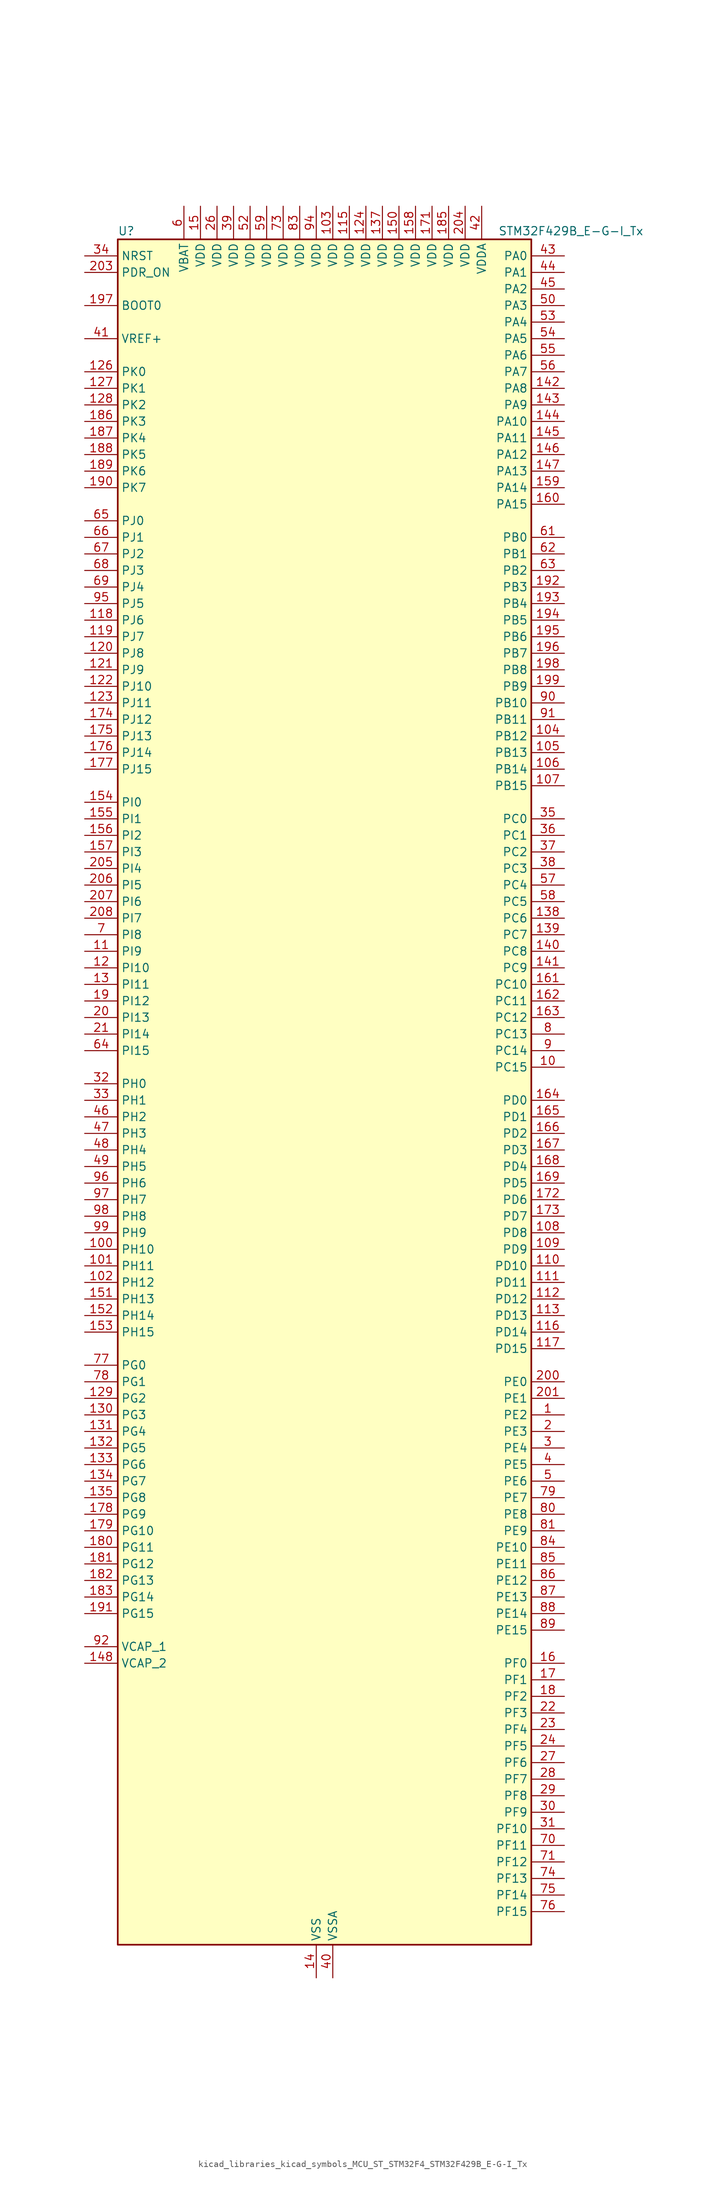
<source format=kicad_sym>
(kicad_symbol_lib
  (version 20220914)
  (generator kicad_symbol_editor)
  (symbol "kicad_libraries_kicad_symbols_MCU_ST_STM32F4_STM32F429B_E-G-I_Tx"
    (property "Reference" "U"
      (at -30.48 133.35 0)
      (effects (font (size 1.27 1.27)) (justify left)))
    (property "Value" "STM32F429B_E-G-I_Tx"
      (at 27.94 133.35 0)
      (effects (font (size 1.27 1.27)) (justify left)))
    (property "ki_locked" ""
      (at 0 0 0)
      (effects (font (size 1.27 1.27))))
    (symbol "kicad_libraries_kicad_symbols_MCU_ST_STM32F4_STM32F429B_E-G-I_Tx_0_1"
      (rectangle (start -30.48 -129.54) (end 33.02 132.08) (stroke (width 0.254) (type default)) (fill (type background))))
    (symbol "kicad_libraries_kicad_symbols_MCU_ST_STM32F4_STM32F429B_E-G-I_Tx_1_1"
      (pin bidirectional line (at 38.1 -48.26 180) (length 5.08) (name "PE2" (effects (font (size 1.27 1.27)))) (number "1" (effects (font (size 1.27 1.27)))) (alternate "ETH_TXD3" bidirectional line) (alternate "FMC_A23" bidirectional line) (alternate "SAI1_MCLK_A" bidirectional line) (alternate "SPI4_SCK" bidirectional line) (alternate "SYS_TRACECLK" bidirectional line))
      (pin bidirectional line (at 38.1 5.08 180) (length 5.08) (name "PC15" (effects (font (size 1.27 1.27)))) (number "10" (effects (font (size 1.27 1.27)))) (alternate "ADC1_EXTI15" bidirectional line) (alternate "ADC2_EXTI15" bidirectional line) (alternate "ADC3_EXTI15" bidirectional line) (alternate "RCC_OSC32_OUT" bidirectional line))
      (pin bidirectional line (at -35.56 -22.86 0) (length 5.08) (name "PH10" (effects (font (size 1.27 1.27)))) (number "100" (effects (font (size 1.27 1.27)))) (alternate "DCMI_D1" bidirectional line) (alternate "FMC_D18" bidirectional line) (alternate "LTDC_R4" bidirectional line) (alternate "TIM5_CH1" bidirectional line))
      (pin bidirectional line (at -35.56 -25.4 0) (length 5.08) (name "PH11" (effects (font (size 1.27 1.27)))) (number "101" (effects (font (size 1.27 1.27)))) (alternate "ADC1_EXTI11" bidirectional line) (alternate "ADC2_EXTI11" bidirectional line) (alternate "ADC3_EXTI11" bidirectional line) (alternate "DCMI_D2" bidirectional line) (alternate "FMC_D19" bidirectional line) (alternate "LTDC_R5" bidirectional line) (alternate "TIM5_CH2" bidirectional line))
      (pin bidirectional line (at -35.56 -27.94 0) (length 5.08) (name "PH12" (effects (font (size 1.27 1.27)))) (number "102" (effects (font (size 1.27 1.27)))) (alternate "DCMI_D3" bidirectional line) (alternate "FMC_D20" bidirectional line) (alternate "LTDC_R6" bidirectional line) (alternate "TIM5_CH3" bidirectional line))
      (pin power_in line (at 2.54 137.16 270) (length 5.08) (name "VDD" (effects (font (size 1.27 1.27)))) (number "103" (effects (font (size 1.27 1.27)))))
      (pin bidirectional line (at 38.1 55.88 180) (length 5.08) (name "PB12" (effects (font (size 1.27 1.27)))) (number "104" (effects (font (size 1.27 1.27)))) (alternate "CAN2_RX" bidirectional line) (alternate "ETH_TXD0" bidirectional line) (alternate "I2C2_SMBA" bidirectional line) (alternate "I2S2_WS" bidirectional line) (alternate "SPI2_NSS" bidirectional line) (alternate "TIM1_BKIN" bidirectional line) (alternate "USART3_CK" bidirectional line) (alternate "USB_OTG_HS_ID" bidirectional line) (alternate "USB_OTG_HS_ULPI_D5" bidirectional line))
      (pin bidirectional line (at 38.1 53.34 180) (length 5.08) (name "PB13" (effects (font (size 1.27 1.27)))) (number "105" (effects (font (size 1.27 1.27)))) (alternate "CAN2_TX" bidirectional line) (alternate "ETH_TXD1" bidirectional line) (alternate "I2S2_CK" bidirectional line) (alternate "SPI2_SCK" bidirectional line) (alternate "TIM1_CH1N" bidirectional line) (alternate "USART3_CTS" bidirectional line) (alternate "USB_OTG_HS_ULPI_D6" bidirectional line) (alternate "USB_OTG_HS_VBUS" bidirectional line))
      (pin bidirectional line (at 38.1 50.8 180) (length 5.08) (name "PB14" (effects (font (size 1.27 1.27)))) (number "106" (effects (font (size 1.27 1.27)))) (alternate "I2S2_ext_SD" bidirectional line) (alternate "SPI2_MISO" bidirectional line) (alternate "TIM12_CH1" bidirectional line) (alternate "TIM1_CH2N" bidirectional line) (alternate "TIM8_CH2N" bidirectional line) (alternate "USART3_RTS" bidirectional line) (alternate "USB_OTG_HS_DM" bidirectional line))
      (pin bidirectional line (at 38.1 48.26 180) (length 5.08) (name "PB15" (effects (font (size 1.27 1.27)))) (number "107" (effects (font (size 1.27 1.27)))) (alternate "ADC1_EXTI15" bidirectional line) (alternate "ADC2_EXTI15" bidirectional line) (alternate "ADC3_EXTI15" bidirectional line) (alternate "I2S2_SD" bidirectional line) (alternate "RTC_REFIN" bidirectional line) (alternate "SPI2_MOSI" bidirectional line) (alternate "TIM12_CH2" bidirectional line) (alternate "TIM1_CH3N" bidirectional line) (alternate "TIM8_CH3N" bidirectional line) (alternate "USB_OTG_HS_DP" bidirectional line))
      (pin bidirectional line (at 38.1 -20.32 180) (length 5.08) (name "PD8" (effects (font (size 1.27 1.27)))) (number "108" (effects (font (size 1.27 1.27)))) (alternate "FMC_D13" bidirectional line) (alternate "FMC_DA13" bidirectional line) (alternate "USART3_TX" bidirectional line))
      (pin bidirectional line (at 38.1 -22.86 180) (length 5.08) (name "PD9" (effects (font (size 1.27 1.27)))) (number "109" (effects (font (size 1.27 1.27)))) (alternate "DAC_EXTI9" bidirectional line) (alternate "FMC_D14" bidirectional line) (alternate "FMC_DA14" bidirectional line) (alternate "USART3_RX" bidirectional line))
      (pin bidirectional line (at -35.56 22.86 0) (length 5.08) (name "PI9" (effects (font (size 1.27 1.27)))) (number "11" (effects (font (size 1.27 1.27)))) (alternate "CAN1_RX" bidirectional line) (alternate "DAC_EXTI9" bidirectional line) (alternate "FMC_D30" bidirectional line) (alternate "LTDC_VSYNC" bidirectional line))
      (pin bidirectional line (at 38.1 -25.4 180) (length 5.08) (name "PD10" (effects (font (size 1.27 1.27)))) (number "110" (effects (font (size 1.27 1.27)))) (alternate "FMC_D15" bidirectional line) (alternate "FMC_DA15" bidirectional line) (alternate "LTDC_B3" bidirectional line) (alternate "USART3_CK" bidirectional line))
      (pin bidirectional line (at 38.1 -27.94 180) (length 5.08) (name "PD11" (effects (font (size 1.27 1.27)))) (number "111" (effects (font (size 1.27 1.27)))) (alternate "ADC1_EXTI11" bidirectional line) (alternate "ADC2_EXTI11" bidirectional line) (alternate "ADC3_EXTI11" bidirectional line) (alternate "FMC_A16" bidirectional line) (alternate "FMC_CLE" bidirectional line) (alternate "USART3_CTS" bidirectional line))
      (pin bidirectional line (at 38.1 -30.48 180) (length 5.08) (name "PD12" (effects (font (size 1.27 1.27)))) (number "112" (effects (font (size 1.27 1.27)))) (alternate "FMC_A17" bidirectional line) (alternate "FMC_ALE" bidirectional line) (alternate "TIM4_CH1" bidirectional line) (alternate "USART3_RTS" bidirectional line))
      (pin bidirectional line (at 38.1 -33.02 180) (length 5.08) (name "PD13" (effects (font (size 1.27 1.27)))) (number "113" (effects (font (size 1.27 1.27)))) (alternate "FMC_A18" bidirectional line) (alternate "TIM4_CH2" bidirectional line))
      (pin passive line (at 0 -134.62 90) (length 5.08) hide (name "VSS" (effects (font (size 1.27 1.27)))) (number "114" (effects (font (size 1.27 1.27)))))
      (pin power_in line (at 5.08 137.16 270) (length 5.08) (name "VDD" (effects (font (size 1.27 1.27)))) (number "115" (effects (font (size 1.27 1.27)))))
      (pin bidirectional line (at 38.1 -35.56 180) (length 5.08) (name "PD14" (effects (font (size 1.27 1.27)))) (number "116" (effects (font (size 1.27 1.27)))) (alternate "FMC_D0" bidirectional line) (alternate "FMC_DA0" bidirectional line) (alternate "TIM4_CH3" bidirectional line))
      (pin bidirectional line (at 38.1 -38.1 180) (length 5.08) (name "PD15" (effects (font (size 1.27 1.27)))) (number "117" (effects (font (size 1.27 1.27)))) (alternate "ADC1_EXTI15" bidirectional line) (alternate "ADC2_EXTI15" bidirectional line) (alternate "ADC3_EXTI15" bidirectional line) (alternate "FMC_D1" bidirectional line) (alternate "FMC_DA1" bidirectional line) (alternate "TIM4_CH4" bidirectional line))
      (pin bidirectional line (at -35.56 73.66 0) (length 5.08) (name "PJ6" (effects (font (size 1.27 1.27)))) (number "118" (effects (font (size 1.27 1.27)))) (alternate "LTDC_R7" bidirectional line))
      (pin bidirectional line (at -35.56 71.12 0) (length 5.08) (name "PJ7" (effects (font (size 1.27 1.27)))) (number "119" (effects (font (size 1.27 1.27)))) (alternate "LTDC_G0" bidirectional line))
      (pin bidirectional line (at -35.56 20.32 0) (length 5.08) (name "PI10" (effects (font (size 1.27 1.27)))) (number "12" (effects (font (size 1.27 1.27)))) (alternate "ETH_RX_ER" bidirectional line) (alternate "FMC_D31" bidirectional line) (alternate "LTDC_HSYNC" bidirectional line))
      (pin bidirectional line (at -35.56 68.58 0) (length 5.08) (name "PJ8" (effects (font (size 1.27 1.27)))) (number "120" (effects (font (size 1.27 1.27)))) (alternate "LTDC_G1" bidirectional line))
      (pin bidirectional line (at -35.56 66.04 0) (length 5.08) (name "PJ9" (effects (font (size 1.27 1.27)))) (number "121" (effects (font (size 1.27 1.27)))) (alternate "DAC_EXTI9" bidirectional line) (alternate "LTDC_G2" bidirectional line))
      (pin bidirectional line (at -35.56 63.5 0) (length 5.08) (name "PJ10" (effects (font (size 1.27 1.27)))) (number "122" (effects (font (size 1.27 1.27)))) (alternate "LTDC_G3" bidirectional line))
      (pin bidirectional line (at -35.56 60.96 0) (length 5.08) (name "PJ11" (effects (font (size 1.27 1.27)))) (number "123" (effects (font (size 1.27 1.27)))) (alternate "ADC1_EXTI11" bidirectional line) (alternate "ADC2_EXTI11" bidirectional line) (alternate "ADC3_EXTI11" bidirectional line) (alternate "LTDC_G4" bidirectional line))
      (pin power_in line (at 7.62 137.16 270) (length 5.08) (name "VDD" (effects (font (size 1.27 1.27)))) (number "124" (effects (font (size 1.27 1.27)))))
      (pin passive line (at 0 -134.62 90) (length 5.08) hide (name "VSS" (effects (font (size 1.27 1.27)))) (number "125" (effects (font (size 1.27 1.27)))))
      (pin bidirectional line (at -35.56 111.76 0) (length 5.08) (name "PK0" (effects (font (size 1.27 1.27)))) (number "126" (effects (font (size 1.27 1.27)))) (alternate "LTDC_G5" bidirectional line))
      (pin bidirectional line (at -35.56 109.22 0) (length 5.08) (name "PK1" (effects (font (size 1.27 1.27)))) (number "127" (effects (font (size 1.27 1.27)))) (alternate "LTDC_G6" bidirectional line))
      (pin bidirectional line (at -35.56 106.68 0) (length 5.08) (name "PK2" (effects (font (size 1.27 1.27)))) (number "128" (effects (font (size 1.27 1.27)))) (alternate "LTDC_G7" bidirectional line))
      (pin bidirectional line (at -35.56 -45.72 0) (length 5.08) (name "PG2" (effects (font (size 1.27 1.27)))) (number "129" (effects (font (size 1.27 1.27)))) (alternate "FMC_A12" bidirectional line))
      (pin bidirectional line (at -35.56 17.78 0) (length 5.08) (name "PI11" (effects (font (size 1.27 1.27)))) (number "13" (effects (font (size 1.27 1.27)))) (alternate "ADC1_EXTI11" bidirectional line) (alternate "ADC2_EXTI11" bidirectional line) (alternate "ADC3_EXTI11" bidirectional line) (alternate "USB_OTG_HS_ULPI_DIR" bidirectional line))
      (pin bidirectional line (at -35.56 -48.26 0) (length 5.08) (name "PG3" (effects (font (size 1.27 1.27)))) (number "130" (effects (font (size 1.27 1.27)))) (alternate "FMC_A13" bidirectional line))
      (pin bidirectional line (at -35.56 -50.8 0) (length 5.08) (name "PG4" (effects (font (size 1.27 1.27)))) (number "131" (effects (font (size 1.27 1.27)))) (alternate "FMC_A14" bidirectional line) (alternate "FMC_BA0" bidirectional line))
      (pin bidirectional line (at -35.56 -53.34 0) (length 5.08) (name "PG5" (effects (font (size 1.27 1.27)))) (number "132" (effects (font (size 1.27 1.27)))) (alternate "FMC_A15" bidirectional line) (alternate "FMC_BA1" bidirectional line))
      (pin bidirectional line (at -35.56 -55.88 0) (length 5.08) (name "PG6" (effects (font (size 1.27 1.27)))) (number "133" (effects (font (size 1.27 1.27)))) (alternate "DCMI_D12" bidirectional line) (alternate "FMC_INT2" bidirectional line) (alternate "LTDC_R7" bidirectional line))
      (pin bidirectional line (at -35.56 -58.42 0) (length 5.08) (name "PG7" (effects (font (size 1.27 1.27)))) (number "134" (effects (font (size 1.27 1.27)))) (alternate "DCMI_D13" bidirectional line) (alternate "FMC_INT3" bidirectional line) (alternate "LTDC_CLK" bidirectional line) (alternate "USART6_CK" bidirectional line))
      (pin bidirectional line (at -35.56 -60.96 0) (length 5.08) (name "PG8" (effects (font (size 1.27 1.27)))) (number "135" (effects (font (size 1.27 1.27)))) (alternate "ETH_PPS_OUT" bidirectional line) (alternate "FMC_SDCLK" bidirectional line) (alternate "SPI6_NSS" bidirectional line) (alternate "USART6_RTS" bidirectional line))
      (pin passive line (at 0 -134.62 90) (length 5.08) hide (name "VSS" (effects (font (size 1.27 1.27)))) (number "136" (effects (font (size 1.27 1.27)))))
      (pin power_in line (at 10.16 137.16 270) (length 5.08) (name "VDD" (effects (font (size 1.27 1.27)))) (number "137" (effects (font (size 1.27 1.27)))))
      (pin bidirectional line (at 38.1 27.94 180) (length 5.08) (name "PC6" (effects (font (size 1.27 1.27)))) (number "138" (effects (font (size 1.27 1.27)))) (alternate "DCMI_D0" bidirectional line) (alternate "I2S2_MCK" bidirectional line) (alternate "LTDC_HSYNC" bidirectional line) (alternate "SDIO_D6" bidirectional line) (alternate "TIM3_CH1" bidirectional line) (alternate "TIM8_CH1" bidirectional line) (alternate "USART6_TX" bidirectional line))
      (pin bidirectional line (at 38.1 25.4 180) (length 5.08) (name "PC7" (effects (font (size 1.27 1.27)))) (number "139" (effects (font (size 1.27 1.27)))) (alternate "DCMI_D1" bidirectional line) (alternate "I2S3_MCK" bidirectional line) (alternate "LTDC_G6" bidirectional line) (alternate "SDIO_D7" bidirectional line) (alternate "TIM3_CH2" bidirectional line) (alternate "TIM8_CH2" bidirectional line) (alternate "USART6_RX" bidirectional line))
      (pin power_in line (at 0 -134.62 90) (length 5.08) (name "VSS" (effects (font (size 1.27 1.27)))) (number "14" (effects (font (size 1.27 1.27)))))
      (pin bidirectional line (at 38.1 22.86 180) (length 5.08) (name "PC8" (effects (font (size 1.27 1.27)))) (number "140" (effects (font (size 1.27 1.27)))) (alternate "DCMI_D2" bidirectional line) (alternate "SDIO_D0" bidirectional line) (alternate "TIM3_CH3" bidirectional line) (alternate "TIM8_CH3" bidirectional line) (alternate "USART6_CK" bidirectional line))
      (pin bidirectional line (at 38.1 20.32 180) (length 5.08) (name "PC9" (effects (font (size 1.27 1.27)))) (number "141" (effects (font (size 1.27 1.27)))) (alternate "DAC_EXTI9" bidirectional line) (alternate "DCMI_D3" bidirectional line) (alternate "I2C3_SDA" bidirectional line) (alternate "I2S_CKIN" bidirectional line) (alternate "RCC_MCO_2" bidirectional line) (alternate "SDIO_D1" bidirectional line) (alternate "TIM3_CH4" bidirectional line) (alternate "TIM8_CH4" bidirectional line))
      (pin bidirectional line (at 38.1 109.22 180) (length 5.08) (name "PA8" (effects (font (size 1.27 1.27)))) (number "142" (effects (font (size 1.27 1.27)))) (alternate "I2C3_SCL" bidirectional line) (alternate "LTDC_R6" bidirectional line) (alternate "RCC_MCO_1" bidirectional line) (alternate "TIM1_CH1" bidirectional line) (alternate "USART1_CK" bidirectional line) (alternate "USB_OTG_FS_SOF" bidirectional line))
      (pin bidirectional line (at 38.1 106.68 180) (length 5.08) (name "PA9" (effects (font (size 1.27 1.27)))) (number "143" (effects (font (size 1.27 1.27)))) (alternate "DAC_EXTI9" bidirectional line) (alternate "DCMI_D0" bidirectional line) (alternate "I2C3_SMBA" bidirectional line) (alternate "TIM1_CH2" bidirectional line) (alternate "USART1_TX" bidirectional line) (alternate "USB_OTG_FS_VBUS" bidirectional line))
      (pin bidirectional line (at 38.1 104.14 180) (length 5.08) (name "PA10" (effects (font (size 1.27 1.27)))) (number "144" (effects (font (size 1.27 1.27)))) (alternate "DCMI_D1" bidirectional line) (alternate "TIM1_CH3" bidirectional line) (alternate "USART1_RX" bidirectional line) (alternate "USB_OTG_FS_ID" bidirectional line))
      (pin bidirectional line (at 38.1 101.6 180) (length 5.08) (name "PA11" (effects (font (size 1.27 1.27)))) (number "145" (effects (font (size 1.27 1.27)))) (alternate "ADC1_EXTI11" bidirectional line) (alternate "ADC2_EXTI11" bidirectional line) (alternate "ADC3_EXTI11" bidirectional line) (alternate "CAN1_RX" bidirectional line) (alternate "LTDC_R4" bidirectional line) (alternate "TIM1_CH4" bidirectional line) (alternate "USART1_CTS" bidirectional line) (alternate "USB_OTG_FS_DM" bidirectional line))
      (pin bidirectional line (at 38.1 99.06 180) (length 5.08) (name "PA12" (effects (font (size 1.27 1.27)))) (number "146" (effects (font (size 1.27 1.27)))) (alternate "CAN1_TX" bidirectional line) (alternate "LTDC_R5" bidirectional line) (alternate "TIM1_ETR" bidirectional line) (alternate "USART1_RTS" bidirectional line) (alternate "USB_OTG_FS_DP" bidirectional line))
      (pin bidirectional line (at 38.1 96.52 180) (length 5.08) (name "PA13" (effects (font (size 1.27 1.27)))) (number "147" (effects (font (size 1.27 1.27)))) (alternate "SYS_JTMS-SWDIO" bidirectional line))
      (pin power_out line (at -35.56 -86.36 0) (length 5.08) (name "VCAP_2" (effects (font (size 1.27 1.27)))) (number "148" (effects (font (size 1.27 1.27)))))
      (pin passive line (at 0 -134.62 90) (length 5.08) hide (name "VSS" (effects (font (size 1.27 1.27)))) (number "149" (effects (font (size 1.27 1.27)))))
      (pin power_in line (at -17.78 137.16 270) (length 5.08) (name "VDD" (effects (font (size 1.27 1.27)))) (number "15" (effects (font (size 1.27 1.27)))))
      (pin power_in line (at 12.7 137.16 270) (length 5.08) (name "VDD" (effects (font (size 1.27 1.27)))) (number "150" (effects (font (size 1.27 1.27)))))
      (pin bidirectional line (at -35.56 -30.48 0) (length 5.08) (name "PH13" (effects (font (size 1.27 1.27)))) (number "151" (effects (font (size 1.27 1.27)))) (alternate "CAN1_TX" bidirectional line) (alternate "FMC_D21" bidirectional line) (alternate "LTDC_G2" bidirectional line) (alternate "TIM8_CH1N" bidirectional line))
      (pin bidirectional line (at -35.56 -33.02 0) (length 5.08) (name "PH14" (effects (font (size 1.27 1.27)))) (number "152" (effects (font (size 1.27 1.27)))) (alternate "DCMI_D4" bidirectional line) (alternate "FMC_D22" bidirectional line) (alternate "LTDC_G3" bidirectional line) (alternate "TIM8_CH2N" bidirectional line))
      (pin bidirectional line (at -35.56 -35.56 0) (length 5.08) (name "PH15" (effects (font (size 1.27 1.27)))) (number "153" (effects (font (size 1.27 1.27)))) (alternate "ADC1_EXTI15" bidirectional line) (alternate "ADC2_EXTI15" bidirectional line) (alternate "ADC3_EXTI15" bidirectional line) (alternate "DCMI_D11" bidirectional line) (alternate "FMC_D23" bidirectional line) (alternate "LTDC_G4" bidirectional line) (alternate "TIM8_CH3N" bidirectional line))
      (pin bidirectional line (at -35.56 45.72 0) (length 5.08) (name "PI0" (effects (font (size 1.27 1.27)))) (number "154" (effects (font (size 1.27 1.27)))) (alternate "DCMI_D13" bidirectional line) (alternate "FMC_D24" bidirectional line) (alternate "I2S2_WS" bidirectional line) (alternate "LTDC_G5" bidirectional line) (alternate "SPI2_NSS" bidirectional line) (alternate "TIM5_CH4" bidirectional line))
      (pin bidirectional line (at -35.56 43.18 0) (length 5.08) (name "PI1" (effects (font (size 1.27 1.27)))) (number "155" (effects (font (size 1.27 1.27)))) (alternate "DCMI_D8" bidirectional line) (alternate "FMC_D25" bidirectional line) (alternate "I2S2_CK" bidirectional line) (alternate "LTDC_G6" bidirectional line) (alternate "SPI2_SCK" bidirectional line))
      (pin bidirectional line (at -35.56 40.64 0) (length 5.08) (name "PI2" (effects (font (size 1.27 1.27)))) (number "156" (effects (font (size 1.27 1.27)))) (alternate "DCMI_D9" bidirectional line) (alternate "FMC_D26" bidirectional line) (alternate "I2S2_ext_SD" bidirectional line) (alternate "LTDC_G7" bidirectional line) (alternate "SPI2_MISO" bidirectional line) (alternate "TIM8_CH4" bidirectional line))
      (pin bidirectional line (at -35.56 38.1 0) (length 5.08) (name "PI3" (effects (font (size 1.27 1.27)))) (number "157" (effects (font (size 1.27 1.27)))) (alternate "DCMI_D10" bidirectional line) (alternate "FMC_D27" bidirectional line) (alternate "I2S2_SD" bidirectional line) (alternate "SPI2_MOSI" bidirectional line) (alternate "TIM8_ETR" bidirectional line))
      (pin power_in line (at 15.24 137.16 270) (length 5.08) (name "VDD" (effects (font (size 1.27 1.27)))) (number "158" (effects (font (size 1.27 1.27)))))
      (pin bidirectional line (at 38.1 93.98 180) (length 5.08) (name "PA14" (effects (font (size 1.27 1.27)))) (number "159" (effects (font (size 1.27 1.27)))) (alternate "SYS_JTCK-SWCLK" bidirectional line))
      (pin bidirectional line (at 38.1 -86.36 180) (length 5.08) (name "PF0" (effects (font (size 1.27 1.27)))) (number "16" (effects (font (size 1.27 1.27)))) (alternate "FMC_A0" bidirectional line) (alternate "I2C2_SDA" bidirectional line))
      (pin bidirectional line (at 38.1 91.44 180) (length 5.08) (name "PA15" (effects (font (size 1.27 1.27)))) (number "160" (effects (font (size 1.27 1.27)))) (alternate "ADC1_EXTI15" bidirectional line) (alternate "ADC2_EXTI15" bidirectional line) (alternate "ADC3_EXTI15" bidirectional line) (alternate "I2S3_WS" bidirectional line) (alternate "SPI1_NSS" bidirectional line) (alternate "SPI3_NSS" bidirectional line) (alternate "SYS_JTDI" bidirectional line) (alternate "TIM2_CH1" bidirectional line) (alternate "TIM2_ETR" bidirectional line))
      (pin bidirectional line (at 38.1 17.78 180) (length 5.08) (name "PC10" (effects (font (size 1.27 1.27)))) (number "161" (effects (font (size 1.27 1.27)))) (alternate "DCMI_D8" bidirectional line) (alternate "I2S3_CK" bidirectional line) (alternate "LTDC_R2" bidirectional line) (alternate "SDIO_D2" bidirectional line) (alternate "SPI3_SCK" bidirectional line) (alternate "UART4_TX" bidirectional line) (alternate "USART3_TX" bidirectional line))
      (pin bidirectional line (at 38.1 15.24 180) (length 5.08) (name "PC11" (effects (font (size 1.27 1.27)))) (number "162" (effects (font (size 1.27 1.27)))) (alternate "ADC1_EXTI11" bidirectional line) (alternate "ADC2_EXTI11" bidirectional line) (alternate "ADC3_EXTI11" bidirectional line) (alternate "DCMI_D4" bidirectional line) (alternate "I2S3_ext_SD" bidirectional line) (alternate "SDIO_D3" bidirectional line) (alternate "SPI3_MISO" bidirectional line) (alternate "UART4_RX" bidirectional line) (alternate "USART3_RX" bidirectional line))
      (pin bidirectional line (at 38.1 12.7 180) (length 5.08) (name "PC12" (effects (font (size 1.27 1.27)))) (number "163" (effects (font (size 1.27 1.27)))) (alternate "DCMI_D9" bidirectional line) (alternate "I2S3_SD" bidirectional line) (alternate "SDIO_CK" bidirectional line) (alternate "SPI3_MOSI" bidirectional line) (alternate "UART5_TX" bidirectional line) (alternate "USART3_CK" bidirectional line))
      (pin bidirectional line (at 38.1 0 180) (length 5.08) (name "PD0" (effects (font (size 1.27 1.27)))) (number "164" (effects (font (size 1.27 1.27)))) (alternate "CAN1_RX" bidirectional line) (alternate "FMC_D2" bidirectional line) (alternate "FMC_DA2" bidirectional line))
      (pin bidirectional line (at 38.1 -2.54 180) (length 5.08) (name "PD1" (effects (font (size 1.27 1.27)))) (number "165" (effects (font (size 1.27 1.27)))) (alternate "CAN1_TX" bidirectional line) (alternate "FMC_D3" bidirectional line) (alternate "FMC_DA3" bidirectional line))
      (pin bidirectional line (at 38.1 -5.08 180) (length 5.08) (name "PD2" (effects (font (size 1.27 1.27)))) (number "166" (effects (font (size 1.27 1.27)))) (alternate "DCMI_D11" bidirectional line) (alternate "SDIO_CMD" bidirectional line) (alternate "TIM3_ETR" bidirectional line) (alternate "UART5_RX" bidirectional line))
      (pin bidirectional line (at 38.1 -7.62 180) (length 5.08) (name "PD3" (effects (font (size 1.27 1.27)))) (number "167" (effects (font (size 1.27 1.27)))) (alternate "DCMI_D5" bidirectional line) (alternate "FMC_CLK" bidirectional line) (alternate "I2S2_CK" bidirectional line) (alternate "LTDC_G7" bidirectional line) (alternate "SPI2_SCK" bidirectional line) (alternate "USART2_CTS" bidirectional line))
      (pin bidirectional line (at 38.1 -10.16 180) (length 5.08) (name "PD4" (effects (font (size 1.27 1.27)))) (number "168" (effects (font (size 1.27 1.27)))) (alternate "FMC_NOE" bidirectional line) (alternate "USART2_RTS" bidirectional line))
      (pin bidirectional line (at 38.1 -12.7 180) (length 5.08) (name "PD5" (effects (font (size 1.27 1.27)))) (number "169" (effects (font (size 1.27 1.27)))) (alternate "FMC_NWE" bidirectional line) (alternate "USART2_TX" bidirectional line))
      (pin bidirectional line (at 38.1 -88.9 180) (length 5.08) (name "PF1" (effects (font (size 1.27 1.27)))) (number "17" (effects (font (size 1.27 1.27)))) (alternate "FMC_A1" bidirectional line) (alternate "I2C2_SCL" bidirectional line))
      (pin passive line (at 0 -134.62 90) (length 5.08) hide (name "VSS" (effects (font (size 1.27 1.27)))) (number "170" (effects (font (size 1.27 1.27)))))
      (pin power_in line (at 17.78 137.16 270) (length 5.08) (name "VDD" (effects (font (size 1.27 1.27)))) (number "171" (effects (font (size 1.27 1.27)))))
      (pin bidirectional line (at 38.1 -15.24 180) (length 5.08) (name "PD6" (effects (font (size 1.27 1.27)))) (number "172" (effects (font (size 1.27 1.27)))) (alternate "DCMI_D10" bidirectional line) (alternate "FMC_NWAIT" bidirectional line) (alternate "I2S3_SD" bidirectional line) (alternate "LTDC_B2" bidirectional line) (alternate "SAI1_SD_A" bidirectional line) (alternate "SPI3_MOSI" bidirectional line) (alternate "USART2_RX" bidirectional line))
      (pin bidirectional line (at 38.1 -17.78 180) (length 5.08) (name "PD7" (effects (font (size 1.27 1.27)))) (number "173" (effects (font (size 1.27 1.27)))) (alternate "FMC_NCE2" bidirectional line) (alternate "FMC_NE1" bidirectional line) (alternate "USART2_CK" bidirectional line))
      (pin bidirectional line (at -35.56 58.42 0) (length 5.08) (name "PJ12" (effects (font (size 1.27 1.27)))) (number "174" (effects (font (size 1.27 1.27)))) (alternate "LTDC_B0" bidirectional line))
      (pin bidirectional line (at -35.56 55.88 0) (length 5.08) (name "PJ13" (effects (font (size 1.27 1.27)))) (number "175" (effects (font (size 1.27 1.27)))) (alternate "LTDC_B1" bidirectional line))
      (pin bidirectional line (at -35.56 53.34 0) (length 5.08) (name "PJ14" (effects (font (size 1.27 1.27)))) (number "176" (effects (font (size 1.27 1.27)))) (alternate "LTDC_B2" bidirectional line))
      (pin bidirectional line (at -35.56 50.8 0) (length 5.08) (name "PJ15" (effects (font (size 1.27 1.27)))) (number "177" (effects (font (size 1.27 1.27)))) (alternate "ADC1_EXTI15" bidirectional line) (alternate "ADC2_EXTI15" bidirectional line) (alternate "ADC3_EXTI15" bidirectional line) (alternate "LTDC_B3" bidirectional line))
      (pin bidirectional line (at -35.56 -63.5 0) (length 5.08) (name "PG9" (effects (font (size 1.27 1.27)))) (number "178" (effects (font (size 1.27 1.27)))) (alternate "DAC_EXTI9" bidirectional line) (alternate "DCMI_VSYNC" bidirectional line) (alternate "FMC_NCE3" bidirectional line) (alternate "FMC_NE2" bidirectional line) (alternate "USART6_RX" bidirectional line))
      (pin bidirectional line (at -35.56 -66.04 0) (length 5.08) (name "PG10" (effects (font (size 1.27 1.27)))) (number "179" (effects (font (size 1.27 1.27)))) (alternate "DCMI_D2" bidirectional line) (alternate "FMC_NCE4_1" bidirectional line) (alternate "FMC_NE3" bidirectional line) (alternate "LTDC_B2" bidirectional line) (alternate "LTDC_G3" bidirectional line))
      (pin bidirectional line (at 38.1 -91.44 180) (length 5.08) (name "PF2" (effects (font (size 1.27 1.27)))) (number "18" (effects (font (size 1.27 1.27)))) (alternate "FMC_A2" bidirectional line) (alternate "I2C2_SMBA" bidirectional line))
      (pin bidirectional line (at -35.56 -68.58 0) (length 5.08) (name "PG11" (effects (font (size 1.27 1.27)))) (number "180" (effects (font (size 1.27 1.27)))) (alternate "ADC1_EXTI11" bidirectional line) (alternate "ADC2_EXTI11" bidirectional line) (alternate "ADC3_EXTI11" bidirectional line) (alternate "DCMI_D3" bidirectional line) (alternate "ETH_TX_EN" bidirectional line) (alternate "FMC_NCE4_2" bidirectional line) (alternate "LTDC_B3" bidirectional line))
      (pin bidirectional line (at -35.56 -71.12 0) (length 5.08) (name "PG12" (effects (font (size 1.27 1.27)))) (number "181" (effects (font (size 1.27 1.27)))) (alternate "FMC_NE4" bidirectional line) (alternate "LTDC_B1" bidirectional line) (alternate "LTDC_B4" bidirectional line) (alternate "SPI6_MISO" bidirectional line) (alternate "USART6_RTS" bidirectional line))
      (pin bidirectional line (at -35.56 -73.66 0) (length 5.08) (name "PG13" (effects (font (size 1.27 1.27)))) (number "182" (effects (font (size 1.27 1.27)))) (alternate "ETH_TXD0" bidirectional line) (alternate "FMC_A24" bidirectional line) (alternate "SPI6_SCK" bidirectional line) (alternate "USART6_CTS" bidirectional line))
      (pin bidirectional line (at -35.56 -76.2 0) (length 5.08) (name "PG14" (effects (font (size 1.27 1.27)))) (number "183" (effects (font (size 1.27 1.27)))) (alternate "ETH_TXD1" bidirectional line) (alternate "FMC_A25" bidirectional line) (alternate "SPI6_MOSI" bidirectional line) (alternate "USART6_TX" bidirectional line))
      (pin passive line (at 0 -134.62 90) (length 5.08) hide (name "VSS" (effects (font (size 1.27 1.27)))) (number "184" (effects (font (size 1.27 1.27)))))
      (pin power_in line (at 20.32 137.16 270) (length 5.08) (name "VDD" (effects (font (size 1.27 1.27)))) (number "185" (effects (font (size 1.27 1.27)))))
      (pin bidirectional line (at -35.56 104.14 0) (length 5.08) (name "PK3" (effects (font (size 1.27 1.27)))) (number "186" (effects (font (size 1.27 1.27)))) (alternate "LTDC_B4" bidirectional line))
      (pin bidirectional line (at -35.56 101.6 0) (length 5.08) (name "PK4" (effects (font (size 1.27 1.27)))) (number "187" (effects (font (size 1.27 1.27)))) (alternate "LTDC_B5" bidirectional line))
      (pin bidirectional line (at -35.56 99.06 0) (length 5.08) (name "PK5" (effects (font (size 1.27 1.27)))) (number "188" (effects (font (size 1.27 1.27)))) (alternate "LTDC_B6" bidirectional line))
      (pin bidirectional line (at -35.56 96.52 0) (length 5.08) (name "PK6" (effects (font (size 1.27 1.27)))) (number "189" (effects (font (size 1.27 1.27)))) (alternate "LTDC_B7" bidirectional line))
      (pin bidirectional line (at -35.56 15.24 0) (length 5.08) (name "PI12" (effects (font (size 1.27 1.27)))) (number "19" (effects (font (size 1.27 1.27)))) (alternate "LTDC_HSYNC" bidirectional line))
      (pin bidirectional line (at -35.56 93.98 0) (length 5.08) (name "PK7" (effects (font (size 1.27 1.27)))) (number "190" (effects (font (size 1.27 1.27)))) (alternate "LTDC_DE" bidirectional line))
      (pin bidirectional line (at -35.56 -78.74 0) (length 5.08) (name "PG15" (effects (font (size 1.27 1.27)))) (number "191" (effects (font (size 1.27 1.27)))) (alternate "ADC1_EXTI15" bidirectional line) (alternate "ADC2_EXTI15" bidirectional line) (alternate "ADC3_EXTI15" bidirectional line) (alternate "DCMI_D13" bidirectional line) (alternate "FMC_SDNCAS" bidirectional line) (alternate "USART6_CTS" bidirectional line))
      (pin bidirectional line (at 38.1 78.74 180) (length 5.08) (name "PB3" (effects (font (size 1.27 1.27)))) (number "192" (effects (font (size 1.27 1.27)))) (alternate "I2S3_CK" bidirectional line) (alternate "SPI1_SCK" bidirectional line) (alternate "SPI3_SCK" bidirectional line) (alternate "SYS_JTDO-SWO" bidirectional line) (alternate "TIM2_CH2" bidirectional line))
      (pin bidirectional line (at 38.1 76.2 180) (length 5.08) (name "PB4" (effects (font (size 1.27 1.27)))) (number "193" (effects (font (size 1.27 1.27)))) (alternate "I2S3_ext_SD" bidirectional line) (alternate "SPI1_MISO" bidirectional line) (alternate "SPI3_MISO" bidirectional line) (alternate "SYS_JTRST" bidirectional line) (alternate "TIM3_CH1" bidirectional line))
      (pin bidirectional line (at 38.1 73.66 180) (length 5.08) (name "PB5" (effects (font (size 1.27 1.27)))) (number "194" (effects (font (size 1.27 1.27)))) (alternate "CAN2_RX" bidirectional line) (alternate "DCMI_D10" bidirectional line) (alternate "ETH_PPS_OUT" bidirectional line) (alternate "FMC_SDCKE1" bidirectional line) (alternate "I2C1_SMBA" bidirectional line) (alternate "I2S3_SD" bidirectional line) (alternate "SPI1_MOSI" bidirectional line) (alternate "SPI3_MOSI" bidirectional line) (alternate "TIM3_CH2" bidirectional line) (alternate "USB_OTG_HS_ULPI_D7" bidirectional line))
      (pin bidirectional line (at 38.1 71.12 180) (length 5.08) (name "PB6" (effects (font (size 1.27 1.27)))) (number "195" (effects (font (size 1.27 1.27)))) (alternate "CAN2_TX" bidirectional line) (alternate "DCMI_D5" bidirectional line) (alternate "FMC_SDNE1" bidirectional line) (alternate "I2C1_SCL" bidirectional line) (alternate "TIM4_CH1" bidirectional line) (alternate "USART1_TX" bidirectional line))
      (pin bidirectional line (at 38.1 68.58 180) (length 5.08) (name "PB7" (effects (font (size 1.27 1.27)))) (number "196" (effects (font (size 1.27 1.27)))) (alternate "DCMI_VSYNC" bidirectional line) (alternate "FMC_NL" bidirectional line) (alternate "I2C1_SDA" bidirectional line) (alternate "TIM4_CH2" bidirectional line) (alternate "USART1_RX" bidirectional line))
      (pin input line (at -35.56 121.92 0) (length 5.08) (name "BOOT0" (effects (font (size 1.27 1.27)))) (number "197" (effects (font (size 1.27 1.27)))))
      (pin bidirectional line (at 38.1 66.04 180) (length 5.08) (name "PB8" (effects (font (size 1.27 1.27)))) (number "198" (effects (font (size 1.27 1.27)))) (alternate "CAN1_RX" bidirectional line) (alternate "DCMI_D6" bidirectional line) (alternate "ETH_TXD3" bidirectional line) (alternate "I2C1_SCL" bidirectional line) (alternate "LTDC_B6" bidirectional line) (alternate "SDIO_D4" bidirectional line) (alternate "TIM10_CH1" bidirectional line) (alternate "TIM4_CH3" bidirectional line))
      (pin bidirectional line (at 38.1 63.5 180) (length 5.08) (name "PB9" (effects (font (size 1.27 1.27)))) (number "199" (effects (font (size 1.27 1.27)))) (alternate "CAN1_TX" bidirectional line) (alternate "DAC_EXTI9" bidirectional line) (alternate "DCMI_D7" bidirectional line) (alternate "I2C1_SDA" bidirectional line) (alternate "I2S2_WS" bidirectional line) (alternate "LTDC_B7" bidirectional line) (alternate "SDIO_D5" bidirectional line) (alternate "SPI2_NSS" bidirectional line) (alternate "TIM11_CH1" bidirectional line) (alternate "TIM4_CH4" bidirectional line))
      (pin bidirectional line (at 38.1 -50.8 180) (length 5.08) (name "PE3" (effects (font (size 1.27 1.27)))) (number "2" (effects (font (size 1.27 1.27)))) (alternate "FMC_A19" bidirectional line) (alternate "SAI1_SD_B" bidirectional line) (alternate "SYS_TRACED0" bidirectional line))
      (pin bidirectional line (at -35.56 12.7 0) (length 5.08) (name "PI13" (effects (font (size 1.27 1.27)))) (number "20" (effects (font (size 1.27 1.27)))) (alternate "LTDC_VSYNC" bidirectional line))
      (pin bidirectional line (at 38.1 -43.18 180) (length 5.08) (name "PE0" (effects (font (size 1.27 1.27)))) (number "200" (effects (font (size 1.27 1.27)))) (alternate "DCMI_D2" bidirectional line) (alternate "FMC_NBL0" bidirectional line) (alternate "TIM4_ETR" bidirectional line) (alternate "UART8_RX" bidirectional line))
      (pin bidirectional line (at 38.1 -45.72 180) (length 5.08) (name "PE1" (effects (font (size 1.27 1.27)))) (number "201" (effects (font (size 1.27 1.27)))) (alternate "DCMI_D3" bidirectional line) (alternate "FMC_NBL1" bidirectional line) (alternate "UART8_TX" bidirectional line))
      (pin passive line (at 0 -134.62 90) (length 5.08) hide (name "VSS" (effects (font (size 1.27 1.27)))) (number "202" (effects (font (size 1.27 1.27)))))
      (pin input line (at -35.56 127 0) (length 5.08) (name "PDR_ON" (effects (font (size 1.27 1.27)))) (number "203" (effects (font (size 1.27 1.27)))))
      (pin power_in line (at 22.86 137.16 270) (length 5.08) (name "VDD" (effects (font (size 1.27 1.27)))) (number "204" (effects (font (size 1.27 1.27)))))
      (pin bidirectional line (at -35.56 35.56 0) (length 5.08) (name "PI4" (effects (font (size 1.27 1.27)))) (number "205" (effects (font (size 1.27 1.27)))) (alternate "DCMI_D5" bidirectional line) (alternate "FMC_NBL2" bidirectional line) (alternate "LTDC_B4" bidirectional line) (alternate "TIM8_BKIN" bidirectional line))
      (pin bidirectional line (at -35.56 33.02 0) (length 5.08) (name "PI5" (effects (font (size 1.27 1.27)))) (number "206" (effects (font (size 1.27 1.27)))) (alternate "DCMI_VSYNC" bidirectional line) (alternate "FMC_NBL3" bidirectional line) (alternate "LTDC_B5" bidirectional line) (alternate "TIM8_CH1" bidirectional line))
      (pin bidirectional line (at -35.56 30.48 0) (length 5.08) (name "PI6" (effects (font (size 1.27 1.27)))) (number "207" (effects (font (size 1.27 1.27)))) (alternate "DCMI_D6" bidirectional line) (alternate "FMC_D28" bidirectional line) (alternate "LTDC_B6" bidirectional line) (alternate "TIM8_CH2" bidirectional line))
      (pin bidirectional line (at -35.56 27.94 0) (length 5.08) (name "PI7" (effects (font (size 1.27 1.27)))) (number "208" (effects (font (size 1.27 1.27)))) (alternate "DCMI_D7" bidirectional line) (alternate "FMC_D29" bidirectional line) (alternate "LTDC_B7" bidirectional line) (alternate "TIM8_CH3" bidirectional line))
      (pin bidirectional line (at -35.56 10.16 0) (length 5.08) (name "PI14" (effects (font (size 1.27 1.27)))) (number "21" (effects (font (size 1.27 1.27)))) (alternate "LTDC_CLK" bidirectional line))
      (pin bidirectional line (at 38.1 -93.98 180) (length 5.08) (name "PF3" (effects (font (size 1.27 1.27)))) (number "22" (effects (font (size 1.27 1.27)))) (alternate "ADC3_IN9" bidirectional line) (alternate "FMC_A3" bidirectional line))
      (pin bidirectional line (at 38.1 -96.52 180) (length 5.08) (name "PF4" (effects (font (size 1.27 1.27)))) (number "23" (effects (font (size 1.27 1.27)))) (alternate "ADC3_IN14" bidirectional line) (alternate "FMC_A4" bidirectional line))
      (pin bidirectional line (at 38.1 -99.06 180) (length 5.08) (name "PF5" (effects (font (size 1.27 1.27)))) (number "24" (effects (font (size 1.27 1.27)))) (alternate "ADC3_IN15" bidirectional line) (alternate "FMC_A5" bidirectional line))
      (pin passive line (at 0 -134.62 90) (length 5.08) hide (name "VSS" (effects (font (size 1.27 1.27)))) (number "25" (effects (font (size 1.27 1.27)))))
      (pin power_in line (at -15.24 137.16 270) (length 5.08) (name "VDD" (effects (font (size 1.27 1.27)))) (number "26" (effects (font (size 1.27 1.27)))))
      (pin bidirectional line (at 38.1 -101.6 180) (length 5.08) (name "PF6" (effects (font (size 1.27 1.27)))) (number "27" (effects (font (size 1.27 1.27)))) (alternate "ADC3_IN4" bidirectional line) (alternate "FMC_NIORD" bidirectional line) (alternate "SAI1_SD_B" bidirectional line) (alternate "SPI5_NSS" bidirectional line) (alternate "TIM10_CH1" bidirectional line) (alternate "UART7_RX" bidirectional line))
      (pin bidirectional line (at 38.1 -104.14 180) (length 5.08) (name "PF7" (effects (font (size 1.27 1.27)))) (number "28" (effects (font (size 1.27 1.27)))) (alternate "ADC3_IN5" bidirectional line) (alternate "FMC_NREG" bidirectional line) (alternate "SAI1_MCLK_B" bidirectional line) (alternate "SPI5_SCK" bidirectional line) (alternate "TIM11_CH1" bidirectional line) (alternate "UART7_TX" bidirectional line))
      (pin bidirectional line (at 38.1 -106.68 180) (length 5.08) (name "PF8" (effects (font (size 1.27 1.27)))) (number "29" (effects (font (size 1.27 1.27)))) (alternate "ADC3_IN6" bidirectional line) (alternate "FMC_NIOWR" bidirectional line) (alternate "SAI1_SCK_B" bidirectional line) (alternate "SPI5_MISO" bidirectional line) (alternate "TIM13_CH1" bidirectional line))
      (pin bidirectional line (at 38.1 -53.34 180) (length 5.08) (name "PE4" (effects (font (size 1.27 1.27)))) (number "3" (effects (font (size 1.27 1.27)))) (alternate "DCMI_D4" bidirectional line) (alternate "FMC_A20" bidirectional line) (alternate "LTDC_B0" bidirectional line) (alternate "SAI1_FS_A" bidirectional line) (alternate "SPI4_NSS" bidirectional line) (alternate "SYS_TRACED1" bidirectional line))
      (pin bidirectional line (at 38.1 -109.22 180) (length 5.08) (name "PF9" (effects (font (size 1.27 1.27)))) (number "30" (effects (font (size 1.27 1.27)))) (alternate "ADC3_IN7" bidirectional line) (alternate "DAC_EXTI9" bidirectional line) (alternate "FMC_CD" bidirectional line) (alternate "SAI1_FS_B" bidirectional line) (alternate "SPI5_MOSI" bidirectional line) (alternate "TIM14_CH1" bidirectional line))
      (pin bidirectional line (at 38.1 -111.76 180) (length 5.08) (name "PF10" (effects (font (size 1.27 1.27)))) (number "31" (effects (font (size 1.27 1.27)))) (alternate "ADC3_IN8" bidirectional line) (alternate "DCMI_D11" bidirectional line) (alternate "FMC_INTR" bidirectional line) (alternate "LTDC_DE" bidirectional line))
      (pin bidirectional line (at -35.56 2.54 0) (length 5.08) (name "PH0" (effects (font (size 1.27 1.27)))) (number "32" (effects (font (size 1.27 1.27)))) (alternate "RCC_OSC_IN" bidirectional line))
      (pin bidirectional line (at -35.56 0 0) (length 5.08) (name "PH1" (effects (font (size 1.27 1.27)))) (number "33" (effects (font (size 1.27 1.27)))) (alternate "RCC_OSC_OUT" bidirectional line))
      (pin input line (at -35.56 129.54 0) (length 5.08) (name "NRST" (effects (font (size 1.27 1.27)))) (number "34" (effects (font (size 1.27 1.27)))))
      (pin bidirectional line (at 38.1 43.18 180) (length 5.08) (name "PC0" (effects (font (size 1.27 1.27)))) (number "35" (effects (font (size 1.27 1.27)))) (alternate "ADC1_IN10" bidirectional line) (alternate "ADC2_IN10" bidirectional line) (alternate "ADC3_IN10" bidirectional line) (alternate "FMC_SDNWE" bidirectional line) (alternate "USB_OTG_HS_ULPI_STP" bidirectional line))
      (pin bidirectional line (at 38.1 40.64 180) (length 5.08) (name "PC1" (effects (font (size 1.27 1.27)))) (number "36" (effects (font (size 1.27 1.27)))) (alternate "ADC1_IN11" bidirectional line) (alternate "ADC2_IN11" bidirectional line) (alternate "ADC3_IN11" bidirectional line) (alternate "ETH_MDC" bidirectional line))
      (pin bidirectional line (at 38.1 38.1 180) (length 5.08) (name "PC2" (effects (font (size 1.27 1.27)))) (number "37" (effects (font (size 1.27 1.27)))) (alternate "ADC1_IN12" bidirectional line) (alternate "ADC2_IN12" bidirectional line) (alternate "ADC3_IN12" bidirectional line) (alternate "ETH_TXD2" bidirectional line) (alternate "FMC_SDNE0" bidirectional line) (alternate "I2S2_ext_SD" bidirectional line) (alternate "SPI2_MISO" bidirectional line) (alternate "USB_OTG_HS_ULPI_DIR" bidirectional line))
      (pin bidirectional line (at 38.1 35.56 180) (length 5.08) (name "PC3" (effects (font (size 1.27 1.27)))) (number "38" (effects (font (size 1.27 1.27)))) (alternate "ADC1_IN13" bidirectional line) (alternate "ADC2_IN13" bidirectional line) (alternate "ADC3_IN13" bidirectional line) (alternate "ETH_TX_CLK" bidirectional line) (alternate "FMC_SDCKE0" bidirectional line) (alternate "I2S2_SD" bidirectional line) (alternate "SPI2_MOSI" bidirectional line) (alternate "USB_OTG_HS_ULPI_NXT" bidirectional line))
      (pin power_in line (at -12.7 137.16 270) (length 5.08) (name "VDD" (effects (font (size 1.27 1.27)))) (number "39" (effects (font (size 1.27 1.27)))))
      (pin bidirectional line (at 38.1 -55.88 180) (length 5.08) (name "PE5" (effects (font (size 1.27 1.27)))) (number "4" (effects (font (size 1.27 1.27)))) (alternate "DCMI_D6" bidirectional line) (alternate "FMC_A21" bidirectional line) (alternate "LTDC_G0" bidirectional line) (alternate "SAI1_SCK_A" bidirectional line) (alternate "SPI4_MISO" bidirectional line) (alternate "SYS_TRACED2" bidirectional line) (alternate "TIM9_CH1" bidirectional line))
      (pin power_in line (at 2.54 -134.62 90) (length 5.08) (name "VSSA" (effects (font (size 1.27 1.27)))) (number "40" (effects (font (size 1.27 1.27)))))
      (pin input line (at -35.56 116.84 0) (length 5.08) (name "VREF+" (effects (font (size 1.27 1.27)))) (number "41" (effects (font (size 1.27 1.27)))))
      (pin power_in line (at 25.4 137.16 270) (length 5.08) (name "VDDA" (effects (font (size 1.27 1.27)))) (number "42" (effects (font (size 1.27 1.27)))))
      (pin bidirectional line (at 38.1 129.54 180) (length 5.08) (name "PA0" (effects (font (size 1.27 1.27)))) (number "43" (effects (font (size 1.27 1.27)))) (alternate "ADC1_IN0" bidirectional line) (alternate "ADC2_IN0" bidirectional line) (alternate "ADC3_IN0" bidirectional line) (alternate "ETH_CRS" bidirectional line) (alternate "SYS_WKUP" bidirectional line) (alternate "TIM2_CH1" bidirectional line) (alternate "TIM2_ETR" bidirectional line) (alternate "TIM5_CH1" bidirectional line) (alternate "TIM8_ETR" bidirectional line) (alternate "UART4_TX" bidirectional line) (alternate "USART2_CTS" bidirectional line))
      (pin bidirectional line (at 38.1 127 180) (length 5.08) (name "PA1" (effects (font (size 1.27 1.27)))) (number "44" (effects (font (size 1.27 1.27)))) (alternate "ADC1_IN1" bidirectional line) (alternate "ADC2_IN1" bidirectional line) (alternate "ADC3_IN1" bidirectional line) (alternate "ETH_REF_CLK" bidirectional line) (alternate "ETH_RX_CLK" bidirectional line) (alternate "TIM2_CH2" bidirectional line) (alternate "TIM5_CH2" bidirectional line) (alternate "UART4_RX" bidirectional line) (alternate "USART2_RTS" bidirectional line))
      (pin bidirectional line (at 38.1 124.46 180) (length 5.08) (name "PA2" (effects (font (size 1.27 1.27)))) (number "45" (effects (font (size 1.27 1.27)))) (alternate "ADC1_IN2" bidirectional line) (alternate "ADC2_IN2" bidirectional line) (alternate "ADC3_IN2" bidirectional line) (alternate "ETH_MDIO" bidirectional line) (alternate "TIM2_CH3" bidirectional line) (alternate "TIM5_CH3" bidirectional line) (alternate "TIM9_CH1" bidirectional line) (alternate "USART2_TX" bidirectional line))
      (pin bidirectional line (at -35.56 -2.54 0) (length 5.08) (name "PH2" (effects (font (size 1.27 1.27)))) (number "46" (effects (font (size 1.27 1.27)))) (alternate "ETH_CRS" bidirectional line) (alternate "FMC_SDCKE0" bidirectional line) (alternate "LTDC_R0" bidirectional line))
      (pin bidirectional line (at -35.56 -5.08 0) (length 5.08) (name "PH3" (effects (font (size 1.27 1.27)))) (number "47" (effects (font (size 1.27 1.27)))) (alternate "ETH_COL" bidirectional line) (alternate "FMC_SDNE0" bidirectional line) (alternate "LTDC_R1" bidirectional line))
      (pin bidirectional line (at -35.56 -7.62 0) (length 5.08) (name "PH4" (effects (font (size 1.27 1.27)))) (number "48" (effects (font (size 1.27 1.27)))) (alternate "I2C2_SCL" bidirectional line) (alternate "USB_OTG_HS_ULPI_NXT" bidirectional line))
      (pin bidirectional line (at -35.56 -10.16 0) (length 5.08) (name "PH5" (effects (font (size 1.27 1.27)))) (number "49" (effects (font (size 1.27 1.27)))) (alternate "FMC_SDNWE" bidirectional line) (alternate "I2C2_SDA" bidirectional line) (alternate "SPI5_NSS" bidirectional line))
      (pin bidirectional line (at 38.1 -58.42 180) (length 5.08) (name "PE6" (effects (font (size 1.27 1.27)))) (number "5" (effects (font (size 1.27 1.27)))) (alternate "DCMI_D7" bidirectional line) (alternate "FMC_A22" bidirectional line) (alternate "LTDC_G1" bidirectional line) (alternate "SAI1_SD_A" bidirectional line) (alternate "SPI4_MOSI" bidirectional line) (alternate "SYS_TRACED3" bidirectional line) (alternate "TIM9_CH2" bidirectional line))
      (pin bidirectional line (at 38.1 121.92 180) (length 5.08) (name "PA3" (effects (font (size 1.27 1.27)))) (number "50" (effects (font (size 1.27 1.27)))) (alternate "ADC1_IN3" bidirectional line) (alternate "ADC2_IN3" bidirectional line) (alternate "ADC3_IN3" bidirectional line) (alternate "ETH_COL" bidirectional line) (alternate "LTDC_B5" bidirectional line) (alternate "TIM2_CH4" bidirectional line) (alternate "TIM5_CH4" bidirectional line) (alternate "TIM9_CH2" bidirectional line) (alternate "USART2_RX" bidirectional line) (alternate "USB_OTG_HS_ULPI_D0" bidirectional line))
      (pin passive line (at 0 -134.62 90) (length 5.08) hide (name "VSS" (effects (font (size 1.27 1.27)))) (number "51" (effects (font (size 1.27 1.27)))))
      (pin power_in line (at -10.16 137.16 270) (length 5.08) (name "VDD" (effects (font (size 1.27 1.27)))) (number "52" (effects (font (size 1.27 1.27)))))
      (pin bidirectional line (at 38.1 119.38 180) (length 5.08) (name "PA4" (effects (font (size 1.27 1.27)))) (number "53" (effects (font (size 1.27 1.27)))) (alternate "ADC1_IN4" bidirectional line) (alternate "ADC2_IN4" bidirectional line) (alternate "DAC_OUT1" bidirectional line) (alternate "DCMI_HSYNC" bidirectional line) (alternate "I2S3_WS" bidirectional line) (alternate "LTDC_VSYNC" bidirectional line) (alternate "SPI1_NSS" bidirectional line) (alternate "SPI3_NSS" bidirectional line) (alternate "USART2_CK" bidirectional line) (alternate "USB_OTG_HS_SOF" bidirectional line))
      (pin bidirectional line (at 38.1 116.84 180) (length 5.08) (name "PA5" (effects (font (size 1.27 1.27)))) (number "54" (effects (font (size 1.27 1.27)))) (alternate "ADC1_IN5" bidirectional line) (alternate "ADC2_IN5" bidirectional line) (alternate "DAC_OUT2" bidirectional line) (alternate "SPI1_SCK" bidirectional line) (alternate "TIM2_CH1" bidirectional line) (alternate "TIM2_ETR" bidirectional line) (alternate "TIM8_CH1N" bidirectional line) (alternate "USB_OTG_HS_ULPI_CK" bidirectional line))
      (pin bidirectional line (at 38.1 114.3 180) (length 5.08) (name "PA6" (effects (font (size 1.27 1.27)))) (number "55" (effects (font (size 1.27 1.27)))) (alternate "ADC1_IN6" bidirectional line) (alternate "ADC2_IN6" bidirectional line) (alternate "DCMI_PIXCLK" bidirectional line) (alternate "LTDC_G2" bidirectional line) (alternate "SPI1_MISO" bidirectional line) (alternate "TIM13_CH1" bidirectional line) (alternate "TIM1_BKIN" bidirectional line) (alternate "TIM3_CH1" bidirectional line) (alternate "TIM8_BKIN" bidirectional line))
      (pin bidirectional line (at 38.1 111.76 180) (length 5.08) (name "PA7" (effects (font (size 1.27 1.27)))) (number "56" (effects (font (size 1.27 1.27)))) (alternate "ADC1_IN7" bidirectional line) (alternate "ADC2_IN7" bidirectional line) (alternate "ETH_CRS_DV" bidirectional line) (alternate "ETH_RX_DV" bidirectional line) (alternate "SPI1_MOSI" bidirectional line) (alternate "TIM14_CH1" bidirectional line) (alternate "TIM1_CH1N" bidirectional line) (alternate "TIM3_CH2" bidirectional line) (alternate "TIM8_CH1N" bidirectional line))
      (pin bidirectional line (at 38.1 33.02 180) (length 5.08) (name "PC4" (effects (font (size 1.27 1.27)))) (number "57" (effects (font (size 1.27 1.27)))) (alternate "ADC1_IN14" bidirectional line) (alternate "ADC2_IN14" bidirectional line) (alternate "ETH_RXD0" bidirectional line))
      (pin bidirectional line (at 38.1 30.48 180) (length 5.08) (name "PC5" (effects (font (size 1.27 1.27)))) (number "58" (effects (font (size 1.27 1.27)))) (alternate "ADC1_IN15" bidirectional line) (alternate "ADC2_IN15" bidirectional line) (alternate "ETH_RXD1" bidirectional line))
      (pin power_in line (at -7.62 137.16 270) (length 5.08) (name "VDD" (effects (font (size 1.27 1.27)))) (number "59" (effects (font (size 1.27 1.27)))))
      (pin power_in line (at -20.32 137.16 270) (length 5.08) (name "VBAT" (effects (font (size 1.27 1.27)))) (number "6" (effects (font (size 1.27 1.27)))))
      (pin passive line (at 0 -134.62 90) (length 5.08) hide (name "VSS" (effects (font (size 1.27 1.27)))) (number "60" (effects (font (size 1.27 1.27)))))
      (pin bidirectional line (at 38.1 86.36 180) (length 5.08) (name "PB0" (effects (font (size 1.27 1.27)))) (number "61" (effects (font (size 1.27 1.27)))) (alternate "ADC1_IN8" bidirectional line) (alternate "ADC2_IN8" bidirectional line) (alternate "ETH_RXD2" bidirectional line) (alternate "LTDC_R3" bidirectional line) (alternate "TIM1_CH2N" bidirectional line) (alternate "TIM3_CH3" bidirectional line) (alternate "TIM8_CH2N" bidirectional line) (alternate "USB_OTG_HS_ULPI_D1" bidirectional line))
      (pin bidirectional line (at 38.1 83.82 180) (length 5.08) (name "PB1" (effects (font (size 1.27 1.27)))) (number "62" (effects (font (size 1.27 1.27)))) (alternate "ADC1_IN9" bidirectional line) (alternate "ADC2_IN9" bidirectional line) (alternate "ETH_RXD3" bidirectional line) (alternate "LTDC_R6" bidirectional line) (alternate "TIM1_CH3N" bidirectional line) (alternate "TIM3_CH4" bidirectional line) (alternate "TIM8_CH3N" bidirectional line) (alternate "USB_OTG_HS_ULPI_D2" bidirectional line))
      (pin bidirectional line (at 38.1 81.28 180) (length 5.08) (name "PB2" (effects (font (size 1.27 1.27)))) (number "63" (effects (font (size 1.27 1.27)))))
      (pin bidirectional line (at -35.56 7.62 0) (length 5.08) (name "PI15" (effects (font (size 1.27 1.27)))) (number "64" (effects (font (size 1.27 1.27)))) (alternate "ADC1_EXTI15" bidirectional line) (alternate "ADC2_EXTI15" bidirectional line) (alternate "ADC3_EXTI15" bidirectional line) (alternate "LTDC_R0" bidirectional line))
      (pin bidirectional line (at -35.56 88.9 0) (length 5.08) (name "PJ0" (effects (font (size 1.27 1.27)))) (number "65" (effects (font (size 1.27 1.27)))) (alternate "LTDC_R1" bidirectional line))
      (pin bidirectional line (at -35.56 86.36 0) (length 5.08) (name "PJ1" (effects (font (size 1.27 1.27)))) (number "66" (effects (font (size 1.27 1.27)))) (alternate "LTDC_R2" bidirectional line))
      (pin bidirectional line (at -35.56 83.82 0) (length 5.08) (name "PJ2" (effects (font (size 1.27 1.27)))) (number "67" (effects (font (size 1.27 1.27)))) (alternate "LTDC_R3" bidirectional line))
      (pin bidirectional line (at -35.56 81.28 0) (length 5.08) (name "PJ3" (effects (font (size 1.27 1.27)))) (number "68" (effects (font (size 1.27 1.27)))) (alternate "LTDC_R4" bidirectional line))
      (pin bidirectional line (at -35.56 78.74 0) (length 5.08) (name "PJ4" (effects (font (size 1.27 1.27)))) (number "69" (effects (font (size 1.27 1.27)))) (alternate "LTDC_R5" bidirectional line))
      (pin bidirectional line (at -35.56 25.4 0) (length 5.08) (name "PI8" (effects (font (size 1.27 1.27)))) (number "7" (effects (font (size 1.27 1.27)))) (alternate "RTC_AF2" bidirectional line))
      (pin bidirectional line (at 38.1 -114.3 180) (length 5.08) (name "PF11" (effects (font (size 1.27 1.27)))) (number "70" (effects (font (size 1.27 1.27)))) (alternate "ADC1_EXTI11" bidirectional line) (alternate "ADC2_EXTI11" bidirectional line) (alternate "ADC3_EXTI11" bidirectional line) (alternate "DCMI_D12" bidirectional line) (alternate "FMC_SDNRAS" bidirectional line) (alternate "SPI5_MOSI" bidirectional line))
      (pin bidirectional line (at 38.1 -116.84 180) (length 5.08) (name "PF12" (effects (font (size 1.27 1.27)))) (number "71" (effects (font (size 1.27 1.27)))) (alternate "FMC_A6" bidirectional line))
      (pin passive line (at 0 -134.62 90) (length 5.08) hide (name "VSS" (effects (font (size 1.27 1.27)))) (number "72" (effects (font (size 1.27 1.27)))))
      (pin power_in line (at -5.08 137.16 270) (length 5.08) (name "VDD" (effects (font (size 1.27 1.27)))) (number "73" (effects (font (size 1.27 1.27)))))
      (pin bidirectional line (at 38.1 -119.38 180) (length 5.08) (name "PF13" (effects (font (size 1.27 1.27)))) (number "74" (effects (font (size 1.27 1.27)))) (alternate "FMC_A7" bidirectional line))
      (pin bidirectional line (at 38.1 -121.92 180) (length 5.08) (name "PF14" (effects (font (size 1.27 1.27)))) (number "75" (effects (font (size 1.27 1.27)))) (alternate "FMC_A8" bidirectional line))
      (pin bidirectional line (at 38.1 -124.46 180) (length 5.08) (name "PF15" (effects (font (size 1.27 1.27)))) (number "76" (effects (font (size 1.27 1.27)))) (alternate "ADC1_EXTI15" bidirectional line) (alternate "ADC2_EXTI15" bidirectional line) (alternate "ADC3_EXTI15" bidirectional line) (alternate "FMC_A9" bidirectional line))
      (pin bidirectional line (at -35.56 -40.64 0) (length 5.08) (name "PG0" (effects (font (size 1.27 1.27)))) (number "77" (effects (font (size 1.27 1.27)))) (alternate "FMC_A10" bidirectional line))
      (pin bidirectional line (at -35.56 -43.18 0) (length 5.08) (name "PG1" (effects (font (size 1.27 1.27)))) (number "78" (effects (font (size 1.27 1.27)))) (alternate "FMC_A11" bidirectional line))
      (pin bidirectional line (at 38.1 -60.96 180) (length 5.08) (name "PE7" (effects (font (size 1.27 1.27)))) (number "79" (effects (font (size 1.27 1.27)))) (alternate "FMC_D4" bidirectional line) (alternate "FMC_DA4" bidirectional line) (alternate "TIM1_ETR" bidirectional line) (alternate "UART7_RX" bidirectional line))
      (pin bidirectional line (at 38.1 10.16 180) (length 5.08) (name "PC13" (effects (font (size 1.27 1.27)))) (number "8" (effects (font (size 1.27 1.27)))) (alternate "RTC_AF1" bidirectional line))
      (pin bidirectional line (at 38.1 -63.5 180) (length 5.08) (name "PE8" (effects (font (size 1.27 1.27)))) (number "80" (effects (font (size 1.27 1.27)))) (alternate "FMC_D5" bidirectional line) (alternate "FMC_DA5" bidirectional line) (alternate "TIM1_CH1N" bidirectional line) (alternate "UART7_TX" bidirectional line))
      (pin bidirectional line (at 38.1 -66.04 180) (length 5.08) (name "PE9" (effects (font (size 1.27 1.27)))) (number "81" (effects (font (size 1.27 1.27)))) (alternate "DAC_EXTI9" bidirectional line) (alternate "FMC_D6" bidirectional line) (alternate "FMC_DA6" bidirectional line) (alternate "TIM1_CH1" bidirectional line))
      (pin passive line (at 0 -134.62 90) (length 5.08) hide (name "VSS" (effects (font (size 1.27 1.27)))) (number "82" (effects (font (size 1.27 1.27)))))
      (pin power_in line (at -2.54 137.16 270) (length 5.08) (name "VDD" (effects (font (size 1.27 1.27)))) (number "83" (effects (font (size 1.27 1.27)))))
      (pin bidirectional line (at 38.1 -68.58 180) (length 5.08) (name "PE10" (effects (font (size 1.27 1.27)))) (number "84" (effects (font (size 1.27 1.27)))) (alternate "FMC_D7" bidirectional line) (alternate "FMC_DA7" bidirectional line) (alternate "TIM1_CH2N" bidirectional line))
      (pin bidirectional line (at 38.1 -71.12 180) (length 5.08) (name "PE11" (effects (font (size 1.27 1.27)))) (number "85" (effects (font (size 1.27 1.27)))) (alternate "ADC1_EXTI11" bidirectional line) (alternate "ADC2_EXTI11" bidirectional line) (alternate "ADC3_EXTI11" bidirectional line) (alternate "FMC_D8" bidirectional line) (alternate "FMC_DA8" bidirectional line) (alternate "LTDC_G3" bidirectional line) (alternate "SPI4_NSS" bidirectional line) (alternate "TIM1_CH2" bidirectional line))
      (pin bidirectional line (at 38.1 -73.66 180) (length 5.08) (name "PE12" (effects (font (size 1.27 1.27)))) (number "86" (effects (font (size 1.27 1.27)))) (alternate "FMC_D9" bidirectional line) (alternate "FMC_DA9" bidirectional line) (alternate "LTDC_B4" bidirectional line) (alternate "SPI4_SCK" bidirectional line) (alternate "TIM1_CH3N" bidirectional line))
      (pin bidirectional line (at 38.1 -76.2 180) (length 5.08) (name "PE13" (effects (font (size 1.27 1.27)))) (number "87" (effects (font (size 1.27 1.27)))) (alternate "FMC_D10" bidirectional line) (alternate "FMC_DA10" bidirectional line) (alternate "LTDC_DE" bidirectional line) (alternate "SPI4_MISO" bidirectional line) (alternate "TIM1_CH3" bidirectional line))
      (pin bidirectional line (at 38.1 -78.74 180) (length 5.08) (name "PE14" (effects (font (size 1.27 1.27)))) (number "88" (effects (font (size 1.27 1.27)))) (alternate "FMC_D11" bidirectional line) (alternate "FMC_DA11" bidirectional line) (alternate "LTDC_CLK" bidirectional line) (alternate "SPI4_MOSI" bidirectional line) (alternate "TIM1_CH4" bidirectional line))
      (pin bidirectional line (at 38.1 -81.28 180) (length 5.08) (name "PE15" (effects (font (size 1.27 1.27)))) (number "89" (effects (font (size 1.27 1.27)))) (alternate "ADC1_EXTI15" bidirectional line) (alternate "ADC2_EXTI15" bidirectional line) (alternate "ADC3_EXTI15" bidirectional line) (alternate "FMC_D12" bidirectional line) (alternate "FMC_DA12" bidirectional line) (alternate "LTDC_R7" bidirectional line) (alternate "TIM1_BKIN" bidirectional line))
      (pin bidirectional line (at 38.1 7.62 180) (length 5.08) (name "PC14" (effects (font (size 1.27 1.27)))) (number "9" (effects (font (size 1.27 1.27)))) (alternate "RCC_OSC32_IN" bidirectional line))
      (pin bidirectional line (at 38.1 60.96 180) (length 5.08) (name "PB10" (effects (font (size 1.27 1.27)))) (number "90" (effects (font (size 1.27 1.27)))) (alternate "ETH_RX_ER" bidirectional line) (alternate "I2C2_SCL" bidirectional line) (alternate "I2S2_CK" bidirectional line) (alternate "LTDC_G4" bidirectional line) (alternate "SPI2_SCK" bidirectional line) (alternate "TIM2_CH3" bidirectional line) (alternate "USART3_TX" bidirectional line) (alternate "USB_OTG_HS_ULPI_D3" bidirectional line))
      (pin bidirectional line (at 38.1 58.42 180) (length 5.08) (name "PB11" (effects (font (size 1.27 1.27)))) (number "91" (effects (font (size 1.27 1.27)))) (alternate "ADC1_EXTI11" bidirectional line) (alternate "ADC2_EXTI11" bidirectional line) (alternate "ADC3_EXTI11" bidirectional line) (alternate "ETH_TX_EN" bidirectional line) (alternate "I2C2_SDA" bidirectional line) (alternate "LTDC_G5" bidirectional line) (alternate "TIM2_CH4" bidirectional line) (alternate "USART3_RX" bidirectional line) (alternate "USB_OTG_HS_ULPI_D4" bidirectional line))
      (pin power_out line (at -35.56 -83.82 0) (length 5.08) (name "VCAP_1" (effects (font (size 1.27 1.27)))) (number "92" (effects (font (size 1.27 1.27)))))
      (pin passive line (at 0 -134.62 90) (length 5.08) hide (name "VSS" (effects (font (size 1.27 1.27)))) (number "93" (effects (font (size 1.27 1.27)))))
      (pin power_in line (at 0 137.16 270) (length 5.08) (name "VDD" (effects (font (size 1.27 1.27)))) (number "94" (effects (font (size 1.27 1.27)))))
      (pin bidirectional line (at -35.56 76.2 0) (length 5.08) (name "PJ5" (effects (font (size 1.27 1.27)))) (number "95" (effects (font (size 1.27 1.27)))) (alternate "LTDC_R6" bidirectional line))
      (pin bidirectional line (at -35.56 -12.7 0) (length 5.08) (name "PH6" (effects (font (size 1.27 1.27)))) (number "96" (effects (font (size 1.27 1.27)))) (alternate "DCMI_D8" bidirectional line) (alternate "ETH_RXD2" bidirectional line) (alternate "FMC_SDNE1" bidirectional line) (alternate "I2C2_SMBA" bidirectional line) (alternate "SPI5_SCK" bidirectional line) (alternate "TIM12_CH1" bidirectional line))
      (pin bidirectional line (at -35.56 -15.24 0) (length 5.08) (name "PH7" (effects (font (size 1.27 1.27)))) (number "97" (effects (font (size 1.27 1.27)))) (alternate "DCMI_D9" bidirectional line) (alternate "ETH_RXD3" bidirectional line) (alternate "FMC_SDCKE1" bidirectional line) (alternate "I2C3_SCL" bidirectional line) (alternate "SPI5_MISO" bidirectional line))
      (pin bidirectional line (at -35.56 -17.78 0) (length 5.08) (name "PH8" (effects (font (size 1.27 1.27)))) (number "98" (effects (font (size 1.27 1.27)))) (alternate "DCMI_HSYNC" bidirectional line) (alternate "FMC_D16" bidirectional line) (alternate "I2C3_SDA" bidirectional line) (alternate "LTDC_R2" bidirectional line))
      (pin bidirectional line (at -35.56 -20.32 0) (length 5.08) (name "PH9" (effects (font (size 1.27 1.27)))) (number "99" (effects (font (size 1.27 1.27)))) (alternate "DAC_EXTI9" bidirectional line) (alternate "DCMI_D0" bidirectional line) (alternate "FMC_D17" bidirectional line) (alternate "I2C3_SMBA" bidirectional line) (alternate "LTDC_R3" bidirectional line) (alternate "TIM12_CH2" bidirectional line)))))
</source>
